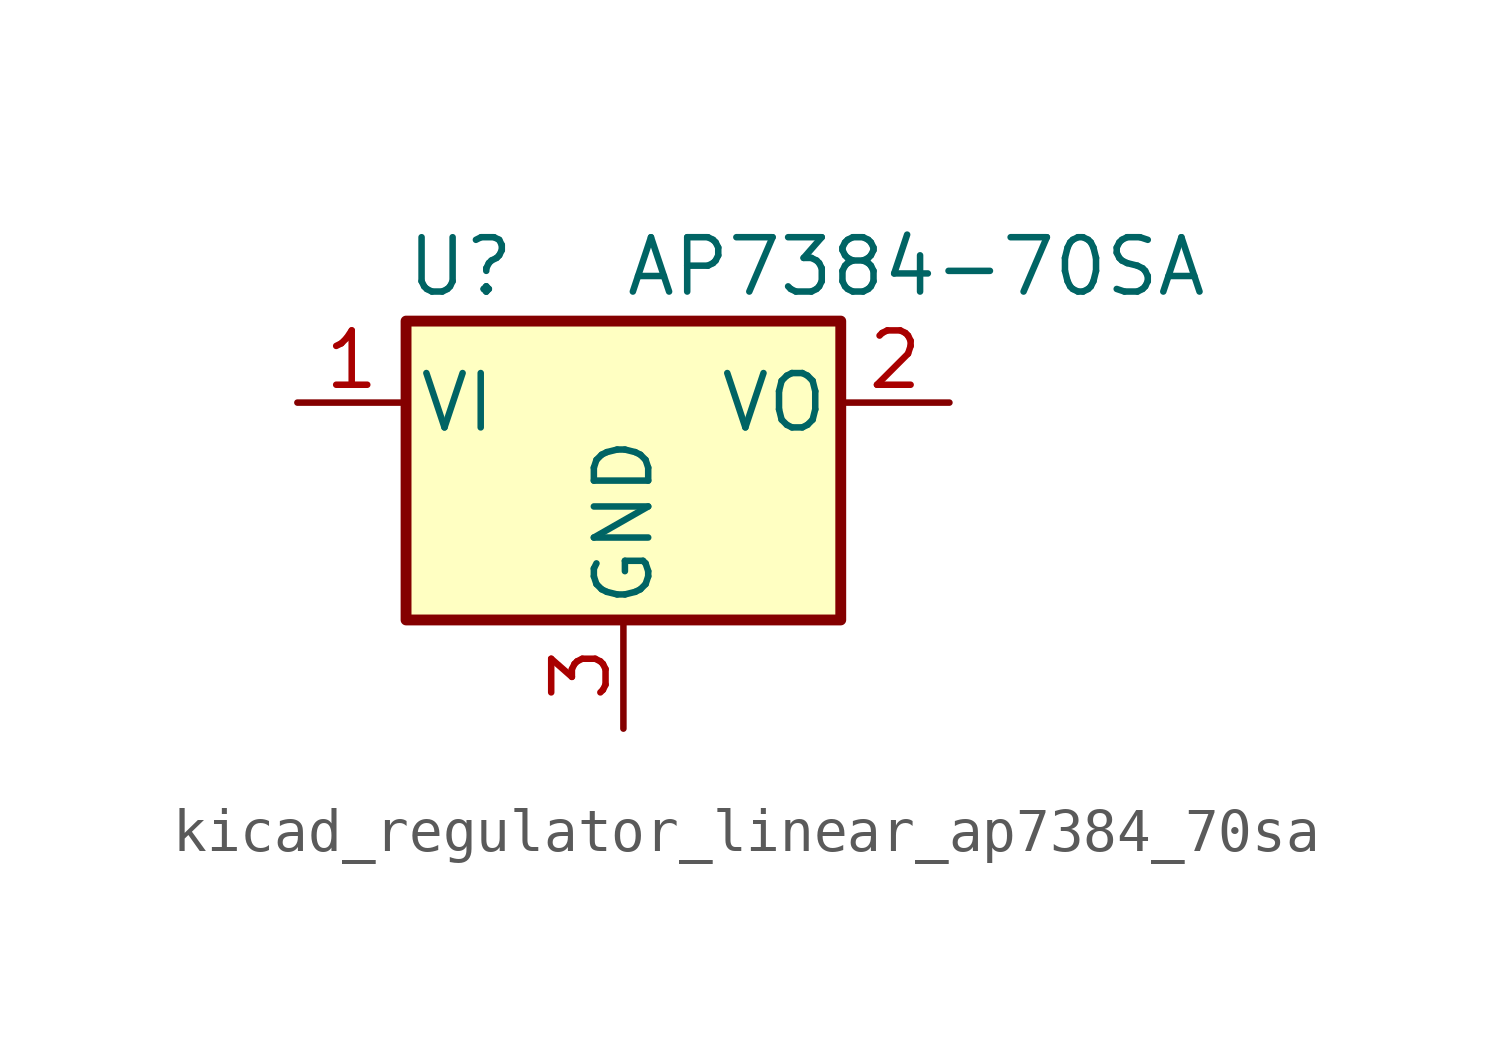
<source format=kicad_sym>
(kicad_symbol_lib
  (version 20220914)
  (generator kicad_symbol_editor)
  (symbol "kicad_regulator_linear_ap7384_70sa"
    (pin_names
      (offset 0.254))
    (property "Reference" "U"
      (at -3.81 3.175 0)
      (effects (font (size 1.27 1.27))))
    (property "Value" "AP7384-70SA"
      (at 0 3.175 0)
      (effects (font (size 1.27 1.27)) (justify left)))
    (symbol "kicad_regulator_linear_ap7384_70sa_0_1"
      (rectangle (start -5.08 1.905) (end 5.08 -5.08) (stroke (width 0.254) (type default)) (fill (type background))))
    (symbol "kicad_regulator_linear_ap7384_70sa_1_1"
      (pin power_in line (at -7.62 0 0) (length 2.54) (name "VI" (effects (font (size 1.27 1.27)))) (number "1" (effects (font (size 1.27 1.27)))))
      (pin power_out line (at 7.62 0 180) (length 2.54) (name "VO" (effects (font (size 1.27 1.27)))) (number "2" (effects (font (size 1.27 1.27)))))
      (pin power_in line (at 0 -7.62 90) (length 2.54) (name "GND" (effects (font (size 1.27 1.27)))) (number "3" (effects (font (size 1.27 1.27))))))))
</source>
